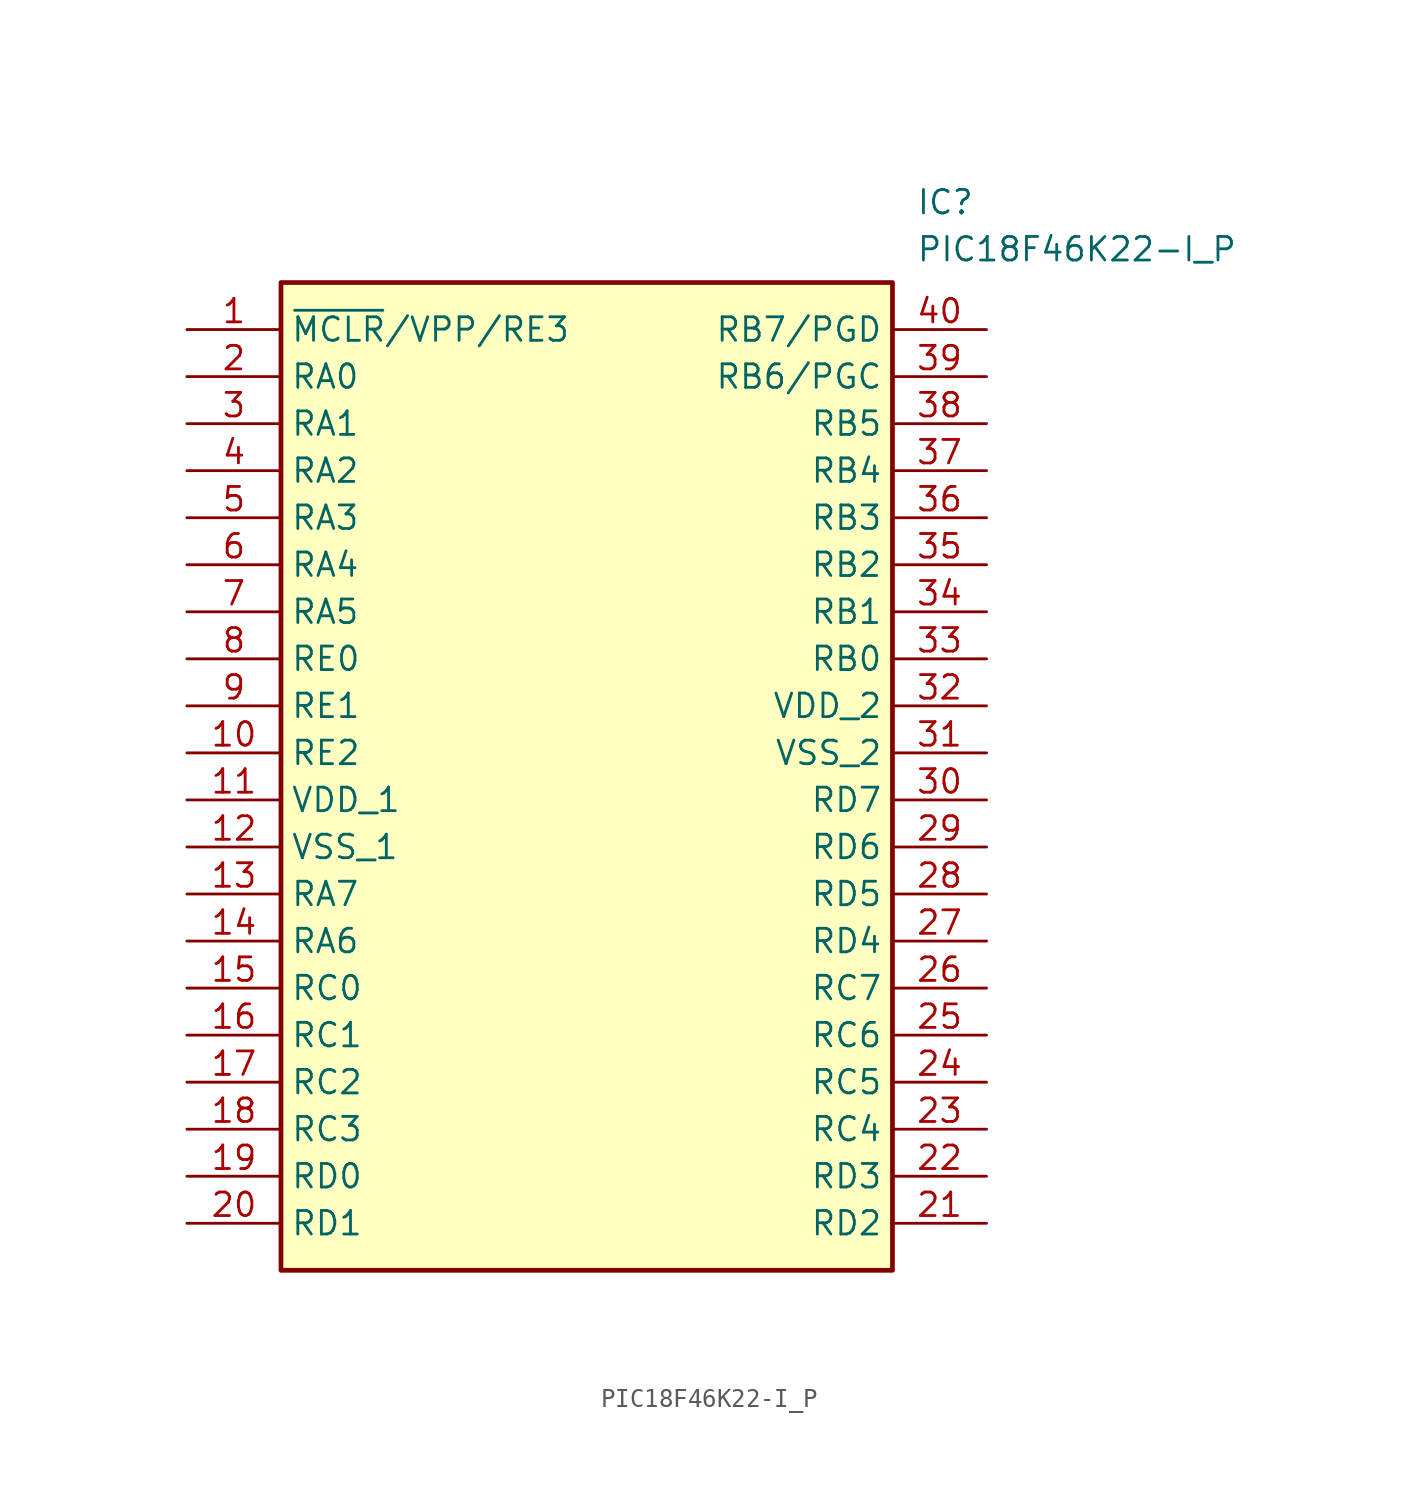
<source format=kicad_sym>
(kicad_symbol_lib
  (version 20211014)
  (generator SamacSys_ECAD_Model)
  (symbol "PIC18F46K22-I_P"
    (property "Reference" "IC"
      (at 39.37 7.62 0)
      (effects (font (size 1.27 1.27)) (justify left top)))
    (property "Value" "PIC18F46K22-I_P"
      (at 39.37 5.08 0)
      (effects (font (size 1.27 1.27)) (justify left top)))
    (rectangle
      (start 5.08 2.54)
      (end 38.1 -50.8)
      (stroke (width 0.254) (type default))
      (fill (type background)))
    (pin passive line
      (at 0 0 0)
      (length 5.08)
      (name "~{MCLR}/VPP/RE3" (effects (font (size 1.27 1.27))))
      (number "1" (effects (font (size 1.27 1.27)))))
    (pin passive line
      (at 0 -2.54 0)
      (length 5.08)
      (name "RA0" (effects (font (size 1.27 1.27))))
      (number "2" (effects (font (size 1.27 1.27)))))
    (pin passive line
      (at 0 -5.08 0)
      (length 5.08)
      (name "RA1" (effects (font (size 1.27 1.27))))
      (number "3" (effects (font (size 1.27 1.27)))))
    (pin passive line
      (at 0 -7.62 0)
      (length 5.08)
      (name "RA2" (effects (font (size 1.27 1.27))))
      (number "4" (effects (font (size 1.27 1.27)))))
    (pin passive line
      (at 0 -10.16 0)
      (length 5.08)
      (name "RA3" (effects (font (size 1.27 1.27))))
      (number "5" (effects (font (size 1.27 1.27)))))
    (pin passive line
      (at 0 -12.7 0)
      (length 5.08)
      (name "RA4" (effects (font (size 1.27 1.27))))
      (number "6" (effects (font (size 1.27 1.27)))))
    (pin passive line
      (at 0 -15.24 0)
      (length 5.08)
      (name "RA5" (effects (font (size 1.27 1.27))))
      (number "7" (effects (font (size 1.27 1.27)))))
    (pin passive line
      (at 0 -17.78 0)
      (length 5.08)
      (name "RE0" (effects (font (size 1.27 1.27))))
      (number "8" (effects (font (size 1.27 1.27)))))
    (pin passive line
      (at 0 -20.32 0)
      (length 5.08)
      (name "RE1" (effects (font (size 1.27 1.27))))
      (number "9" (effects (font (size 1.27 1.27)))))
    (pin passive line
      (at 0 -22.86 0)
      (length 5.08)
      (name "RE2" (effects (font (size 1.27 1.27))))
      (number "10" (effects (font (size 1.27 1.27)))))
    (pin passive line
      (at 0 -25.4 0)
      (length 5.08)
      (name "VDD_1" (effects (font (size 1.27 1.27))))
      (number "11" (effects (font (size 1.27 1.27)))))
    (pin passive line
      (at 0 -27.94 0)
      (length 5.08)
      (name "VSS_1" (effects (font (size 1.27 1.27))))
      (number "12" (effects (font (size 1.27 1.27)))))
    (pin passive line
      (at 0 -30.48 0)
      (length 5.08)
      (name "RA7" (effects (font (size 1.27 1.27))))
      (number "13" (effects (font (size 1.27 1.27)))))
    (pin passive line
      (at 0 -33.02 0)
      (length 5.08)
      (name "RA6" (effects (font (size 1.27 1.27))))
      (number "14" (effects (font (size 1.27 1.27)))))
    (pin passive line
      (at 0 -35.56 0)
      (length 5.08)
      (name "RC0" (effects (font (size 1.27 1.27))))
      (number "15" (effects (font (size 1.27 1.27)))))
    (pin passive line
      (at 0 -38.1 0)
      (length 5.08)
      (name "RC1" (effects (font (size 1.27 1.27))))
      (number "16" (effects (font (size 1.27 1.27)))))
    (pin passive line
      (at 0 -40.64 0)
      (length 5.08)
      (name "RC2" (effects (font (size 1.27 1.27))))
      (number "17" (effects (font (size 1.27 1.27)))))
    (pin passive line
      (at 0 -43.18 0)
      (length 5.08)
      (name "RC3" (effects (font (size 1.27 1.27))))
      (number "18" (effects (font (size 1.27 1.27)))))
    (pin passive line
      (at 0 -45.72 0)
      (length 5.08)
      (name "RD0" (effects (font (size 1.27 1.27))))
      (number "19" (effects (font (size 1.27 1.27)))))
    (pin passive line
      (at 0 -48.26 0)
      (length 5.08)
      (name "RD1" (effects (font (size 1.27 1.27))))
      (number "20" (effects (font (size 1.27 1.27)))))
    (pin passive line
      (at 43.18 0 180)
      (length 5.08)
      (name "RB7/PGD" (effects (font (size 1.27 1.27))))
      (number "40" (effects (font (size 1.27 1.27)))))
    (pin passive line
      (at 43.18 -2.54 180)
      (length 5.08)
      (name "RB6/PGC" (effects (font (size 1.27 1.27))))
      (number "39" (effects (font (size 1.27 1.27)))))
    (pin passive line
      (at 43.18 -5.08 180)
      (length 5.08)
      (name "RB5" (effects (font (size 1.27 1.27))))
      (number "38" (effects (font (size 1.27 1.27)))))
    (pin passive line
      (at 43.18 -7.62 180)
      (length 5.08)
      (name "RB4" (effects (font (size 1.27 1.27))))
      (number "37" (effects (font (size 1.27 1.27)))))
    (pin passive line
      (at 43.18 -10.16 180)
      (length 5.08)
      (name "RB3" (effects (font (size 1.27 1.27))))
      (number "36" (effects (font (size 1.27 1.27)))))
    (pin passive line
      (at 43.18 -12.7 180)
      (length 5.08)
      (name "RB2" (effects (font (size 1.27 1.27))))
      (number "35" (effects (font (size 1.27 1.27)))))
    (pin passive line
      (at 43.18 -15.24 180)
      (length 5.08)
      (name "RB1" (effects (font (size 1.27 1.27))))
      (number "34" (effects (font (size 1.27 1.27)))))
    (pin passive line
      (at 43.18 -17.78 180)
      (length 5.08)
      (name "RB0" (effects (font (size 1.27 1.27))))
      (number "33" (effects (font (size 1.27 1.27)))))
    (pin passive line
      (at 43.18 -20.32 180)
      (length 5.08)
      (name "VDD_2" (effects (font (size 1.27 1.27))))
      (number "32" (effects (font (size 1.27 1.27)))))
    (pin passive line
      (at 43.18 -22.86 180)
      (length 5.08)
      (name "VSS_2" (effects (font (size 1.27 1.27))))
      (number "31" (effects (font (size 1.27 1.27)))))
    (pin passive line
      (at 43.18 -25.4 180)
      (length 5.08)
      (name "RD7" (effects (font (size 1.27 1.27))))
      (number "30" (effects (font (size 1.27 1.27)))))
    (pin passive line
      (at 43.18 -27.94 180)
      (length 5.08)
      (name "RD6" (effects (font (size 1.27 1.27))))
      (number "29" (effects (font (size 1.27 1.27)))))
    (pin passive line
      (at 43.18 -30.48 180)
      (length 5.08)
      (name "RD5" (effects (font (size 1.27 1.27))))
      (number "28" (effects (font (size 1.27 1.27)))))
    (pin passive line
      (at 43.18 -33.02 180)
      (length 5.08)
      (name "RD4" (effects (font (size 1.27 1.27))))
      (number "27" (effects (font (size 1.27 1.27)))))
    (pin passive line
      (at 43.18 -35.56 180)
      (length 5.08)
      (name "RC7" (effects (font (size 1.27 1.27))))
      (number "26" (effects (font (size 1.27 1.27)))))
    (pin passive line
      (at 43.18 -38.1 180)
      (length 5.08)
      (name "RC6" (effects (font (size 1.27 1.27))))
      (number "25" (effects (font (size 1.27 1.27)))))
    (pin passive line
      (at 43.18 -40.64 180)
      (length 5.08)
      (name "RC5" (effects (font (size 1.27 1.27))))
      (number "24" (effects (font (size 1.27 1.27)))))
    (pin passive line
      (at 43.18 -43.18 180)
      (length 5.08)
      (name "RC4" (effects (font (size 1.27 1.27))))
      (number "23" (effects (font (size 1.27 1.27)))))
    (pin passive line
      (at 43.18 -45.72 180)
      (length 5.08)
      (name "RD3" (effects (font (size 1.27 1.27))))
      (number "22" (effects (font (size 1.27 1.27)))))
    (pin passive line
      (at 43.18 -48.26 180)
      (length 5.08)
      (name "RD2" (effects (font (size 1.27 1.27))))
      (number "21" (effects (font (size 1.27 1.27)))))))
</source>
